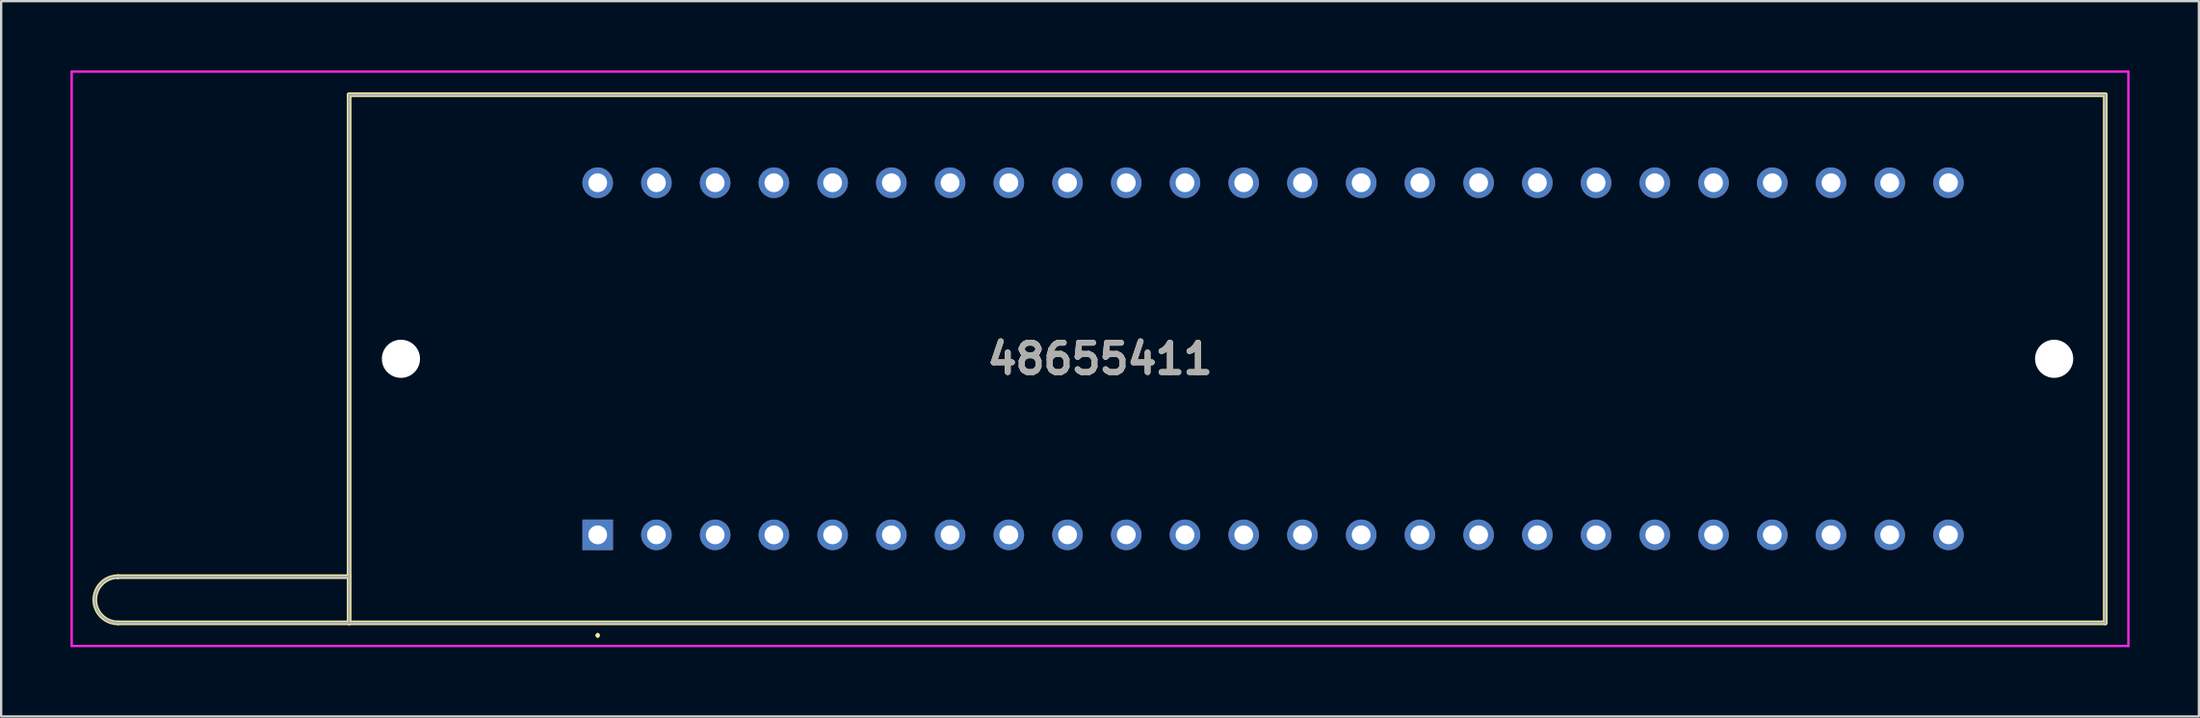
<source format=kicad_pcb>
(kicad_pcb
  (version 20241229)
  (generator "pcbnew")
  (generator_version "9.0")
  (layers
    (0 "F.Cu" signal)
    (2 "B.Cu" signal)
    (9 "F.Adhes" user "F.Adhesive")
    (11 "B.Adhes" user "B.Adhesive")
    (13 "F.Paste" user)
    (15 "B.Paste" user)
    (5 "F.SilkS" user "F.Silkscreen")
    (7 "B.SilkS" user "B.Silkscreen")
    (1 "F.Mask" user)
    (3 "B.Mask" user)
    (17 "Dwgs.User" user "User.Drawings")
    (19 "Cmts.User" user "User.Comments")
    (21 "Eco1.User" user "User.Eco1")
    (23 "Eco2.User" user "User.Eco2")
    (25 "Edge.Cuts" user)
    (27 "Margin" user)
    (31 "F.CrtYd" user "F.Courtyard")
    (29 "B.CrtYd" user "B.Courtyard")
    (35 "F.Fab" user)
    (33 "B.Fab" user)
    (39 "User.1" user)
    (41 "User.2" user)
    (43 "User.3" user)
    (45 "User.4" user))
  (footprint "48655411"
    (layer "F.Cu")
    (at 22.8 20.1)
    (property "Reference" "48655411" (at 21.725 -7.62 0) (layer "F.SilkS") (effects (font (size 1.27 1.27) (thickness 0.254))))
    (attr through_hole)
    (fp_line (start -20.75 1.81) (end -20.75 1.81) (stroke (width 0.2) (type solid)) (layer "F.SilkS"))
    (fp_line (start -20.75 3.81) (end -10.75 3.81) (stroke (width 0.2) (type solid)) (layer "F.SilkS"))
    (fp_line (start -10.75 -19.05) (end 65.2 -19.05) (stroke (width 0.2) (type solid)) (layer "F.SilkS"))
    (fp_line (start -10.75 1.81) (end -20.75 1.81) (stroke (width 0.2) (type solid)) (layer "F.SilkS"))
    (fp_line (start -10.75 3.81) (end -10.75 -19.05) (stroke (width 0.2) (type solid)) (layer "F.SilkS"))
    (fp_line (start 0 4.3) (end 0 4.3) (stroke (width 0.1) (type solid)) (layer "F.SilkS"))
    (fp_line (start 0 4.4) (end 0 4.4) (stroke (width 0.1) (type solid)) (layer "F.SilkS"))
    (fp_line (start 65.2 -19.05) (end 65.2 3.81) (stroke (width 0.2) (type solid)) (layer "F.SilkS"))
    (fp_line (start 65.2 3.81) (end -10.75 3.81) (stroke (width 0.2) (type solid)) (layer "F.SilkS"))
    (fp_arc (start -20.75 3.81) (mid -21.75 2.81) (end -20.75 1.81) (stroke (width 0.2) (type solid)) (layer "F.SilkS"))
    (fp_arc (start 0 4.3) (mid 0.05 4.35) (end 0 4.4) (stroke (width 0.1) (type solid)) (layer "F.SilkS"))
    (fp_arc (start 0 4.4) (mid -0.05 4.35) (end 0 4.3) (stroke (width 0.1) (type solid)) (layer "F.SilkS"))
    (fp_line (start -22.75 -20.05) (end 66.2 -20.05) (stroke (width 0.1) (type solid)) (layer "F.CrtYd"))
    (fp_line (start -22.75 4.81) (end -22.75 -20.05) (stroke (width 0.1) (type solid)) (layer "F.CrtYd"))
    (fp_line (start 66.2 -20.05) (end 66.2 4.81) (stroke (width 0.1) (type solid)) (layer "F.CrtYd"))
    (fp_line (start 66.2 4.81) (end -22.75 4.81) (stroke (width 0.1) (type solid)) (layer "F.CrtYd"))
    (fp_line (start -20.75 1.81) (end -10.75 1.81) (stroke (width 0.1) (type solid)) (layer "F.Fab"))
    (fp_line (start -20.75 3.81) (end -20.75 3.81) (stroke (width 0.1) (type solid)) (layer "F.Fab"))
    (fp_line (start -10.75 -19.05) (end 65.2 -19.05) (stroke (width 0.1) (type solid)) (layer "F.Fab"))
    (fp_line (start -10.75 3.81) (end -20.75 3.81) (stroke (width 0.1) (type solid)) (layer "F.Fab"))
    (fp_line (start -10.75 3.81) (end -10.75 -19.05) (stroke (width 0.1) (type solid)) (layer "F.Fab"))
    (fp_line (start -10.75 3.81) (end -10.75 3.81) (stroke (width 0.1) (type solid)) (layer "F.Fab"))
    (fp_line (start 65.2 -19.05) (end 65.2 3.81) (stroke (width 0.1) (type solid)) (layer "F.Fab"))
    (fp_line (start 65.2 3.81) (end -10.75 3.81) (stroke (width 0.1) (type solid)) (layer "F.Fab"))
    (fp_arc (start -20.75 3.81) (mid -21.75 2.81) (end -20.75 1.81) (stroke (width 0.1) (type solid)) (layer "F.Fab"))
    (fp_text user "${REFERENCE}" (at 21.725 -7.62 0) (layer "F.Fab") (effects (font (size 1.27 1.27) (thickness 0.254))))
    (pad "" np_thru_hole circle (at -8.51 -7.62) (size 1.65 1.65) (drill 1.65) (layers "*.Cu" "*.Mask"))
    (pad "" np_thru_hole circle (at 62.99 -7.62) (size 1.65 1.65) (drill 1.65) (layers "*.Cu" "*.Mask"))
    (pad "1" thru_hole rect (at 0 0) (size 1.321 1.321) (drill 0.813) (layers "*.Cu" "*.Mask"))
    (pad "2" thru_hole circle (at 2.54 0) (size 1.321 1.321) (drill 0.813) (layers "*.Cu" "*.Mask"))
    (pad "3" thru_hole circle (at 5.08 0) (size 1.321 1.321) (drill 0.813) (layers "*.Cu" "*.Mask"))
    (pad "4" thru_hole circle (at 7.62 0) (size 1.321 1.321) (drill 0.813) (layers "*.Cu" "*.Mask"))
    (pad "5" thru_hole circle (at 10.16 0) (size 1.321 1.321) (drill 0.813) (layers "*.Cu" "*.Mask"))
    (pad "6" thru_hole circle (at 12.7 0) (size 1.321 1.321) (drill 0.813) (layers "*.Cu" "*.Mask"))
    (pad "7" thru_hole circle (at 15.24 0) (size 1.321 1.321) (drill 0.813) (layers "*.Cu" "*.Mask"))
    (pad "8" thru_hole circle (at 17.78 0) (size 1.321 1.321) (drill 0.813) (layers "*.Cu" "*.Mask"))
    (pad "9" thru_hole circle (at 20.32 0) (size 1.321 1.321) (drill 0.813) (layers "*.Cu" "*.Mask"))
    (pad "10" thru_hole circle (at 22.86 0) (size 1.321 1.321) (drill 0.813) (layers "*.Cu" "*.Mask"))
    (pad "11" thru_hole circle (at 25.4 0) (size 1.321 1.321) (drill 0.813) (layers "*.Cu" "*.Mask"))
    (pad "12" thru_hole circle (at 27.94 0) (size 1.321 1.321) (drill 0.813) (layers "*.Cu" "*.Mask"))
    (pad "13" thru_hole circle (at 30.48 0) (size 1.321 1.321) (drill 0.813) (layers "*.Cu" "*.Mask"))
    (pad "14" thru_hole circle (at 33.02 0) (size 1.321 1.321) (drill 0.813) (layers "*.Cu" "*.Mask"))
    (pad "15" thru_hole circle (at 35.56 0) (size 1.321 1.321) (drill 0.813) (layers "*.Cu" "*.Mask"))
    (pad "16" thru_hole circle (at 38.1 0) (size 1.321 1.321) (drill 0.813) (layers "*.Cu" "*.Mask"))
    (pad "17" thru_hole circle (at 40.64 0) (size 1.321 1.321) (drill 0.813) (layers "*.Cu" "*.Mask"))
    (pad "18" thru_hole circle (at 43.18 0) (size 1.321 1.321) (drill 0.813) (layers "*.Cu" "*.Mask"))
    (pad "19" thru_hole circle (at 45.72 0) (size 1.321 1.321) (drill 0.813) (layers "*.Cu" "*.Mask"))
    (pad "20" thru_hole circle (at 48.26 0) (size 1.321 1.321) (drill 0.813) (layers "*.Cu" "*.Mask"))
    (pad "21" thru_hole circle (at 50.8 0) (size 1.321 1.321) (drill 0.813) (layers "*.Cu" "*.Mask"))
    (pad "22" thru_hole circle (at 53.34 0) (size 1.321 1.321) (drill 0.813) (layers "*.Cu" "*.Mask"))
    (pad "23" thru_hole circle (at 55.88 0) (size 1.321 1.321) (drill 0.813) (layers "*.Cu" "*.Mask"))
    (pad "24" thru_hole circle (at 58.42 0) (size 1.321 1.321) (drill 0.813) (layers "*.Cu" "*.Mask"))
    (pad "25" thru_hole circle (at 58.42 -15.24) (size 1.321 1.321) (drill 0.813) (layers "*.Cu" "*.Mask"))
    (pad "26" thru_hole circle (at 55.88 -15.24) (size 1.321 1.321) (drill 0.813) (layers "*.Cu" "*.Mask"))
    (pad "27" thru_hole circle (at 53.34 -15.24) (size 1.321 1.321) (drill 0.813) (layers "*.Cu" "*.Mask"))
    (pad "28" thru_hole circle (at 50.8 -15.24) (size 1.321 1.321) (drill 0.813) (layers "*.Cu" "*.Mask"))
    (pad "29" thru_hole circle (at 48.26 -15.24) (size 1.321 1.321) (drill 0.813) (layers "*.Cu" "*.Mask"))
    (pad "30" thru_hole circle (at 45.72 -15.24) (size 1.321 1.321) (drill 0.813) (layers "*.Cu" "*.Mask"))
    (pad "31" thru_hole circle (at 43.18 -15.24) (size 1.321 1.321) (drill 0.813) (layers "*.Cu" "*.Mask"))
    (pad "32" thru_hole circle (at 40.64 -15.24) (size 1.321 1.321) (drill 0.813) (layers "*.Cu" "*.Mask"))
    (pad "33" thru_hole circle (at 38.1 -15.24) (size 1.321 1.321) (drill 0.813) (layers "*.Cu" "*.Mask"))
    (pad "34" thru_hole circle (at 35.56 -15.24) (size 1.321 1.321) (drill 0.813) (layers "*.Cu" "*.Mask"))
    (pad "35" thru_hole circle (at 33.02 -15.24) (size 1.321 1.321) (drill 0.813) (layers "*.Cu" "*.Mask"))
    (pad "36" thru_hole circle (at 30.48 -15.24) (size 1.321 1.321) (drill 0.813) (layers "*.Cu" "*.Mask"))
    (pad "37" thru_hole circle (at 27.94 -15.24) (size 1.321 1.321) (drill 0.813) (layers "*.Cu" "*.Mask"))
    (pad "38" thru_hole circle (at 25.4 -15.24) (size 1.321 1.321) (drill 0.813) (layers "*.Cu" "*.Mask"))
    (pad "39" thru_hole circle (at 22.86 -15.24) (size 1.321 1.321) (drill 0.813) (layers "*.Cu" "*.Mask"))
    (pad "40" thru_hole circle (at 20.32 -15.24) (size 1.321 1.321) (drill 0.813) (layers "*.Cu" "*.Mask"))
    (pad "41" thru_hole circle (at 17.78 -15.24) (size 1.321 1.321) (drill 0.813) (layers "*.Cu" "*.Mask"))
    (pad "42" thru_hole circle (at 15.24 -15.24) (size 1.321 1.321) (drill 0.813) (layers "*.Cu" "*.Mask"))
    (pad "43" thru_hole circle (at 12.7 -15.24) (size 1.321 1.321) (drill 0.813) (layers "*.Cu" "*.Mask"))
    (pad "44" thru_hole circle (at 10.16 -15.24) (size 1.321 1.321) (drill 0.813) (layers "*.Cu" "*.Mask"))
    (pad "45" thru_hole circle (at 7.62 -15.24) (size 1.321 1.321) (drill 0.813) (layers "*.Cu" "*.Mask"))
    (pad "46" thru_hole circle (at 5.08 -15.24) (size 1.321 1.321) (drill 0.813) (layers "*.Cu" "*.Mask"))
    (pad "47" thru_hole circle (at 2.54 -15.24) (size 1.321 1.321) (drill 0.813) (layers "*.Cu" "*.Mask"))
    (pad "48" thru_hole circle (at 0 -15.24) (size 1.321 1.321) (drill 0.813) (layers "*.Cu" "*.Mask")))
  (gr_rect
    (start -3 -3)
    (end 92.05 27.96)
    (stroke (width 0.1) (type default))
    (fill no)
    (layer "Edge.Cuts")))
</source>
